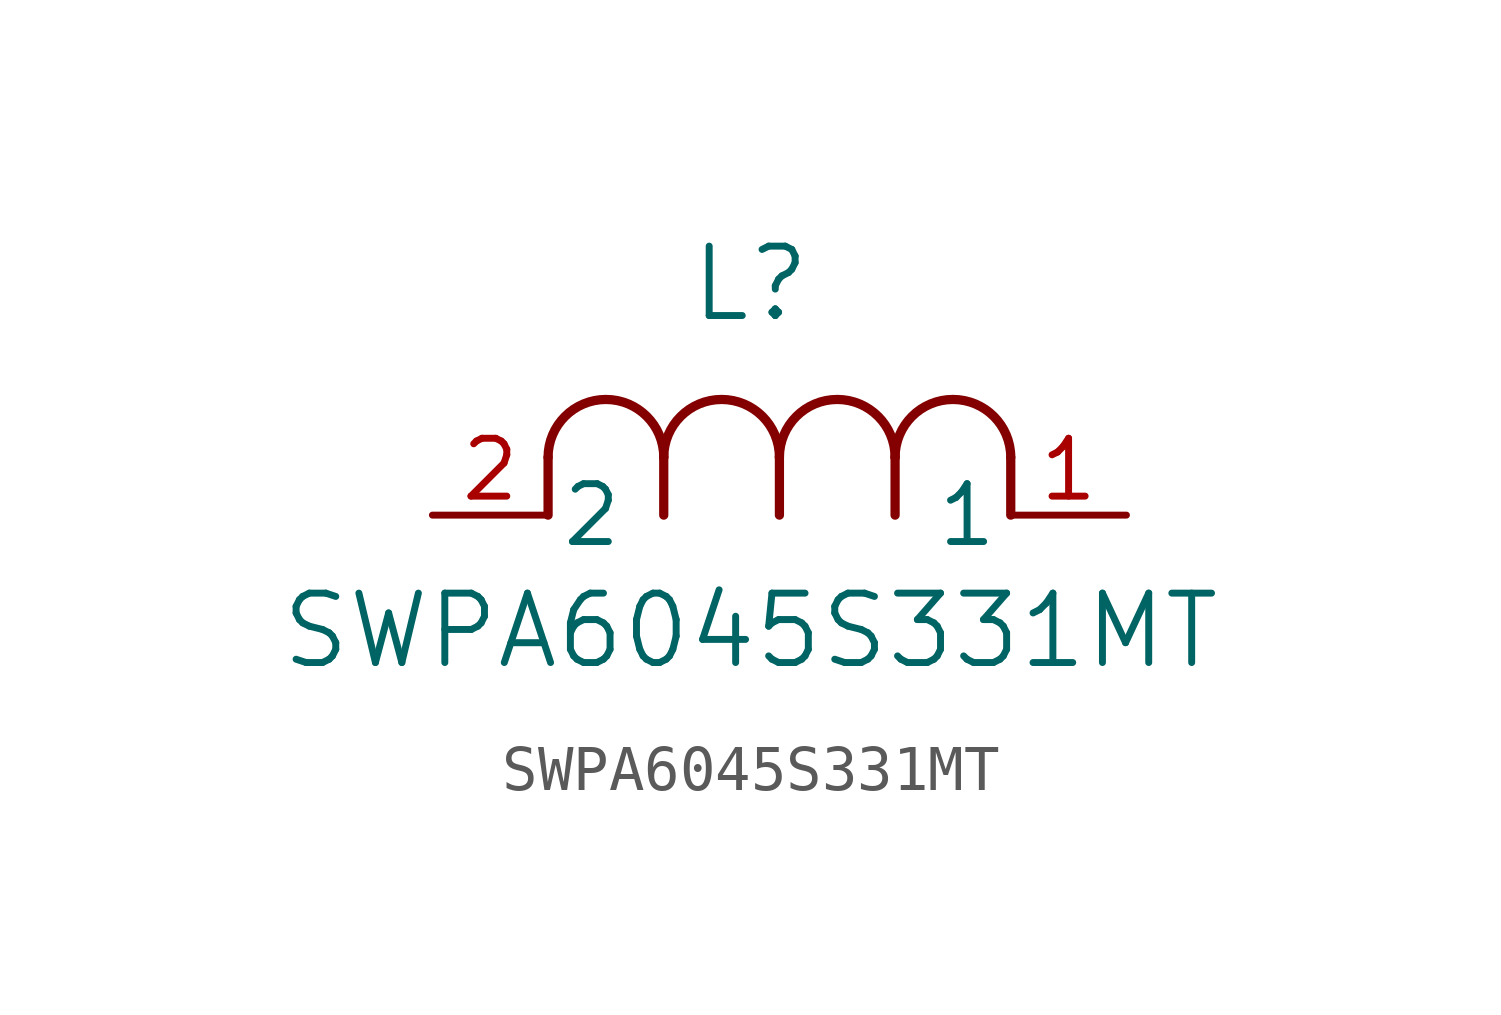
<source format=kicad_sym>
(kicad_symbol_lib
  (version 20211014)
  (generator kicad_symbol_editor)
  (symbol "SWPA6045S331MT"
    (pin_names
      (offset 0.254))
    (property "Reference" "L"
      (at 6.985 5.08 0)
      (effects (font (size 1.524 1.524))))
    (property "Value" "SWPA6045S331MT"
      (at 6.985 -2.54 0)
      (effects (font (size 1.524 1.524))))
    (symbol "SWPA6045S331MT_0_1"
      (arc (start 7.62 1.27) (mid 6.35 2.54) (end 5.08 1.27) (stroke (width 0.2032) (type default) (color 0 0 0 0)) (fill (type none)))
      (polyline (pts (xy 5.08 0) (xy 5.08 1.27)) (stroke (width 0.203) (type default) (color 0 0 0 0)) (fill (type none)))
      (polyline (pts (xy 7.62 0) (xy 7.62 1.27)) (stroke (width 0.203) (type default) (color 0 0 0 0)) (fill (type none)))
      (polyline (pts (xy 12.7 0) (xy 12.7 1.27)) (stroke (width 0.203) (type default) (color 0 0 0 0)) (fill (type none)))
      (arc (start 5.08 1.27) (mid 3.81 2.54) (end 2.54 1.27) (stroke (width 0.2032) (type default) (color 0 0 0 0)) (fill (type none)))
      (arc (start 10.16 1.27) (mid 8.89 2.54) (end 7.62 1.27) (stroke (width 0.2032) (type default) (color 0 0 0 0)) (fill (type none)))
      (arc (start 12.7 1.27) (mid 11.43 2.54) (end 10.16 1.27) (stroke (width 0.2032) (type default) (color 0 0 0 0)) (fill (type none)))
      (polyline (pts (xy 2.54 0) (xy 2.54 1.27)) (stroke (width 0.203) (type default) (color 0 0 0 0)) (fill (type none)))
      (polyline (pts (xy 10.16 0) (xy 10.16 1.27)) (stroke (width 0.203) (type default) (color 0 0 0 0)) (fill (type none)))
      (pin unspecified line (at 0 0 0) (length 2.54) (name "2" (effects (font (size 1.27 1.27)))) (number "2" (effects (font (size 1.27 1.27)))))
      (pin unspecified line (at 15.24 0 180) (length 2.54) (name "1" (effects (font (size 1.27 1.27)))) (number "1" (effects (font (size 1.27 1.27))))))))
</source>
